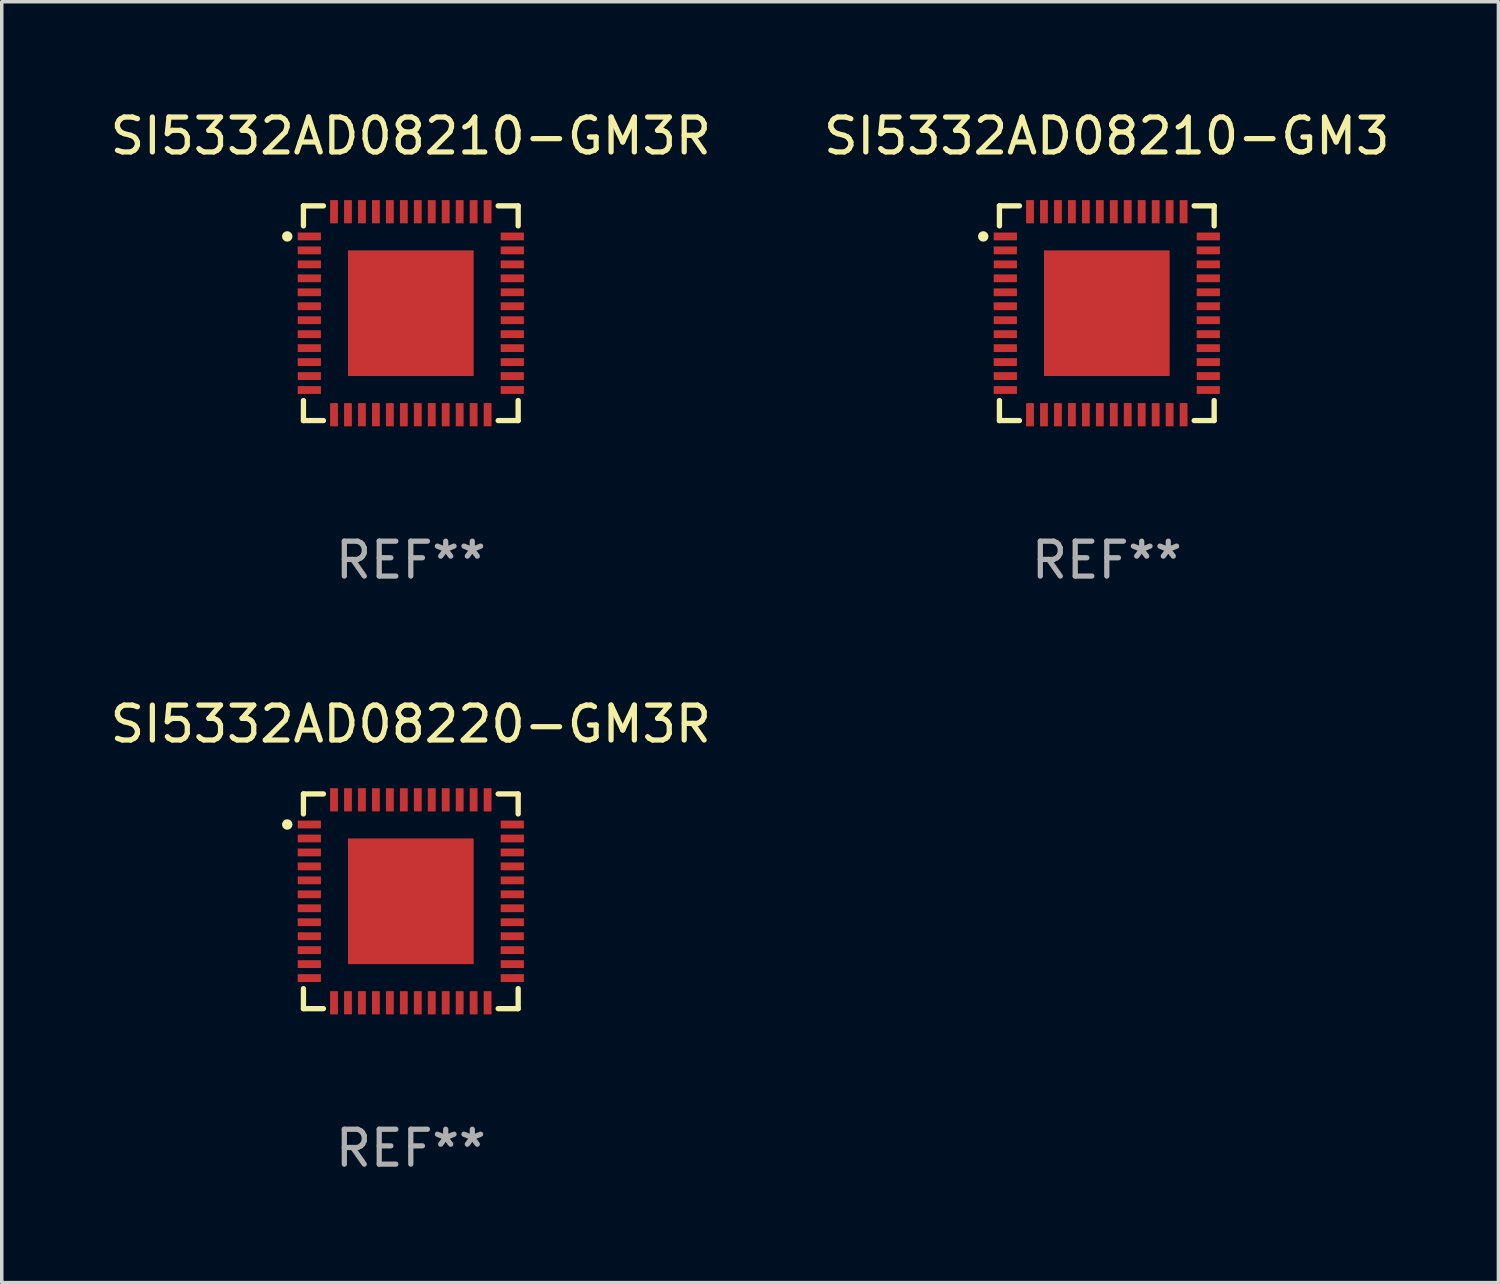
<source format=kicad_pcb>
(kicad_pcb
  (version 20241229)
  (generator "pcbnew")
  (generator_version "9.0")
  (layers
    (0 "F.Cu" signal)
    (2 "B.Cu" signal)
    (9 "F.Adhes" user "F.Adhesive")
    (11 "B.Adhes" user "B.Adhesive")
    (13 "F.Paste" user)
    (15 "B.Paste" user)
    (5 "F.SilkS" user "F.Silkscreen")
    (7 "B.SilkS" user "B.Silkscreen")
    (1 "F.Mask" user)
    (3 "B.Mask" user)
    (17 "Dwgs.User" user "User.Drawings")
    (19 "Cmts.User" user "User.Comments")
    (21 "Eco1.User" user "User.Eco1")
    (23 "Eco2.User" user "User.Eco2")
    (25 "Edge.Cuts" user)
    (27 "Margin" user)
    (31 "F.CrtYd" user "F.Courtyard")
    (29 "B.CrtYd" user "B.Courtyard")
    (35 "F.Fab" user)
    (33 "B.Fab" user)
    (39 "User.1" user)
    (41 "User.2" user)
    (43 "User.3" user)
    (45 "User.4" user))
  (footprint "SI5332AD08210-GM3R"
    (layer "F.Cu")
    (at 8.72 5.924)
    (property "Reference" "SI5332AD08210-GM3R" (at 0 -5.076 0) (layer "F.SilkS") (effects (font (size 1 1) (thickness 0.15))))
    (attr through_hole)
    (fp_line (start -3.076 -3.076) (end -3.076 -2.503) (stroke (width 0.152) (type solid)) (layer "F.SilkS"))
    (fp_line (start -3.076 3.076) (end -3.076 2.503) (stroke (width 0.152) (type solid)) (layer "F.SilkS"))
    (fp_line (start -2.503 -3.076) (end -3.076 -3.076) (stroke (width 0.152) (type solid)) (layer "F.SilkS"))
    (fp_line (start -2.503 3.076) (end -3.076 3.076) (stroke (width 0.152) (type solid)) (layer "F.SilkS"))
    (fp_line (start 2.503 -3.076) (end 3.076 -3.076) (stroke (width 0.152) (type solid)) (layer "F.SilkS"))
    (fp_line (start 2.503 3.076) (end 3.076 3.076) (stroke (width 0.152) (type solid)) (layer "F.SilkS"))
    (fp_line (start 3.076 -3.076) (end 3.076 -2.503) (stroke (width 0.152) (type solid)) (layer "F.SilkS"))
    (fp_line (start 3.076 3.076) (end 3.076 2.503) (stroke (width 0.152) (type solid)) (layer "F.SilkS"))
    (fp_circle (center -3.54 -2.2) (end -3.465 -2.2) (stroke (width 0.15) (type solid)) (fill no) (layer "F.SilkS"))
    (fp_text user "REF**" (at 0 7.076 0) (layer "F.Fab") (effects (font (size 1 1) (thickness 0.15))))
    (pad "1" smd rect (at -2.908 -2.2) (size 0.665 0.224) (layers "F.Cu" "F.Mask" "F.Paste"))
    (pad "2" smd rect (at -2.908 -1.8) (size 0.665 0.224) (layers "F.Cu" "F.Mask" "F.Paste"))
    (pad "3" smd rect (at -2.908 -1.4) (size 0.665 0.224) (layers "F.Cu" "F.Mask" "F.Paste"))
    (pad "4" smd rect (at -2.908 -1) (size 0.665 0.224) (layers "F.Cu" "F.Mask" "F.Paste"))
    (pad "5" smd rect (at -2.908 -0.6) (size 0.665 0.224) (layers "F.Cu" "F.Mask" "F.Paste"))
    (pad "6" smd rect (at -2.908 -0.2) (size 0.665 0.224) (layers "F.Cu" "F.Mask" "F.Paste"))
    (pad "7" smd rect (at -2.908 0.2) (size 0.665 0.224) (layers "F.Cu" "F.Mask" "F.Paste"))
    (pad "8" smd rect (at -2.908 0.6) (size 0.665 0.224) (layers "F.Cu" "F.Mask" "F.Paste"))
    (pad "9" smd rect (at -2.908 1) (size 0.665 0.224) (layers "F.Cu" "F.Mask" "F.Paste"))
    (pad "10" smd rect (at -2.908 1.4) (size 0.665 0.224) (layers "F.Cu" "F.Mask" "F.Paste"))
    (pad "11" smd rect (at -2.908 1.8) (size 0.665 0.224) (layers "F.Cu" "F.Mask" "F.Paste"))
    (pad "12" smd rect (at -2.908 2.2) (size 0.665 0.224) (layers "F.Cu" "F.Mask" "F.Paste"))
    (pad "13" smd rect (at -2.2 2.908) (size 0.224 0.665) (layers "F.Cu" "F.Mask" "F.Paste"))
    (pad "14" smd rect (at -1.8 2.908) (size 0.224 0.665) (layers "F.Cu" "F.Mask" "F.Paste"))
    (pad "15" smd rect (at -1.4 2.908) (size 0.224 0.665) (layers "F.Cu" "F.Mask" "F.Paste"))
    (pad "16" smd rect (at -1 2.908) (size 0.224 0.665) (layers "F.Cu" "F.Mask" "F.Paste"))
    (pad "17" smd rect (at -0.6 2.908) (size 0.224 0.665) (layers "F.Cu" "F.Mask" "F.Paste"))
    (pad "18" smd rect (at -0.2 2.908) (size 0.224 0.665) (layers "F.Cu" "F.Mask" "F.Paste"))
    (pad "19" smd rect (at 0.2 2.908) (size 0.224 0.665) (layers "F.Cu" "F.Mask" "F.Paste"))
    (pad "20" smd rect (at 0.6 2.908) (size 0.224 0.665) (layers "F.Cu" "F.Mask" "F.Paste"))
    (pad "21" smd rect (at 1 2.908) (size 0.224 0.665) (layers "F.Cu" "F.Mask" "F.Paste"))
    (pad "22" smd rect (at 1.4 2.908) (size 0.224 0.665) (layers "F.Cu" "F.Mask" "F.Paste"))
    (pad "23" smd rect (at 1.8 2.908) (size 0.224 0.665) (layers "F.Cu" "F.Mask" "F.Paste"))
    (pad "24" smd rect (at 2.2 2.908) (size 0.224 0.665) (layers "F.Cu" "F.Mask" "F.Paste"))
    (pad "25" smd rect (at 2.908 2.2) (size 0.665 0.224) (layers "F.Cu" "F.Mask" "F.Paste"))
    (pad "26" smd rect (at 2.908 1.8) (size 0.665 0.224) (layers "F.Cu" "F.Mask" "F.Paste"))
    (pad "27" smd rect (at 2.908 1.4) (size 0.665 0.224) (layers "F.Cu" "F.Mask" "F.Paste"))
    (pad "28" smd rect (at 2.908 1) (size 0.665 0.224) (layers "F.Cu" "F.Mask" "F.Paste"))
    (pad "29" smd rect (at 2.908 0.6) (size 0.665 0.224) (layers "F.Cu" "F.Mask" "F.Paste"))
    (pad "30" smd rect (at 2.908 0.2) (size 0.665 0.224) (layers "F.Cu" "F.Mask" "F.Paste"))
    (pad "31" smd rect (at 2.908 -0.2) (size 0.665 0.224) (layers "F.Cu" "F.Mask" "F.Paste"))
    (pad "32" smd rect (at 2.908 -0.6) (size 0.665 0.224) (layers "F.Cu" "F.Mask" "F.Paste"))
    (pad "33" smd rect (at 2.908 -1) (size 0.665 0.224) (layers "F.Cu" "F.Mask" "F.Paste"))
    (pad "34" smd rect (at 2.908 -1.4) (size 0.665 0.224) (layers "F.Cu" "F.Mask" "F.Paste"))
    (pad "35" smd rect (at 2.908 -1.8) (size 0.665 0.224) (layers "F.Cu" "F.Mask" "F.Paste"))
    (pad "36" smd rect (at 2.908 -2.2) (size 0.665 0.224) (layers "F.Cu" "F.Mask" "F.Paste"))
    (pad "37" smd rect (at 2.2 -2.908) (size 0.224 0.665) (layers "F.Cu" "F.Mask" "F.Paste"))
    (pad "38" smd rect (at 1.8 -2.908) (size 0.224 0.665) (layers "F.Cu" "F.Mask" "F.Paste"))
    (pad "39" smd rect (at 1.4 -2.908) (size 0.224 0.665) (layers "F.Cu" "F.Mask" "F.Paste"))
    (pad "40" smd rect (at 1 -2.908) (size 0.224 0.665) (layers "F.Cu" "F.Mask" "F.Paste"))
    (pad "41" smd rect (at 0.6 -2.908) (size 0.224 0.665) (layers "F.Cu" "F.Mask" "F.Paste"))
    (pad "42" smd rect (at 0.2 -2.908) (size 0.224 0.665) (layers "F.Cu" "F.Mask" "F.Paste"))
    (pad "43" smd rect (at -0.2 -2.908) (size 0.224 0.665) (layers "F.Cu" "F.Mask" "F.Paste"))
    (pad "44" smd rect (at -0.6 -2.908) (size 0.224 0.665) (layers "F.Cu" "F.Mask" "F.Paste"))
    (pad "45" smd rect (at -1 -2.908) (size 0.224 0.665) (layers "F.Cu" "F.Mask" "F.Paste"))
    (pad "46" smd rect (at -1.4 -2.908) (size 0.224 0.665) (layers "F.Cu" "F.Mask" "F.Paste"))
    (pad "47" smd rect (at -1.8 -2.908) (size 0.224 0.665) (layers "F.Cu" "F.Mask" "F.Paste"))
    (pad "48" smd rect (at -2.2 -2.908) (size 0.224 0.665) (layers "F.Cu" "F.Mask" "F.Paste"))
    (pad "49" smd rect (at 0 0) (size 3.6 3.6) (layers "F.Cu" "F.Mask" "F.Paste")))
  (footprint "SI5332AD08210-GM3"
    (layer "F.Cu")
    (at 28.661 5.924)
    (property "Reference" "SI5332AD08210-GM3" (at 0 -5.076 0) (layer "F.SilkS") (effects (font (size 1 1) (thickness 0.15))))
    (attr through_hole)
    (fp_line (start -3.076 -3.076) (end -3.076 -2.503) (stroke (width 0.152) (type solid)) (layer "F.SilkS"))
    (fp_line (start -3.076 3.076) (end -3.076 2.503) (stroke (width 0.152) (type solid)) (layer "F.SilkS"))
    (fp_line (start -2.503 -3.076) (end -3.076 -3.076) (stroke (width 0.152) (type solid)) (layer "F.SilkS"))
    (fp_line (start -2.503 3.076) (end -3.076 3.076) (stroke (width 0.152) (type solid)) (layer "F.SilkS"))
    (fp_line (start 2.503 -3.076) (end 3.076 -3.076) (stroke (width 0.152) (type solid)) (layer "F.SilkS"))
    (fp_line (start 2.503 3.076) (end 3.076 3.076) (stroke (width 0.152) (type solid)) (layer "F.SilkS"))
    (fp_line (start 3.076 -3.076) (end 3.076 -2.503) (stroke (width 0.152) (type solid)) (layer "F.SilkS"))
    (fp_line (start 3.076 3.076) (end 3.076 2.503) (stroke (width 0.152) (type solid)) (layer "F.SilkS"))
    (fp_circle (center -3.54 -2.2) (end -3.465 -2.2) (stroke (width 0.15) (type solid)) (fill no) (layer "F.SilkS"))
    (fp_text user "REF**" (at 0 7.076 0) (layer "F.Fab") (effects (font (size 1 1) (thickness 0.15))))
    (pad "1" smd rect (at -2.908 -2.2) (size 0.665 0.224) (layers "F.Cu" "F.Mask" "F.Paste"))
    (pad "2" smd rect (at -2.908 -1.8) (size 0.665 0.224) (layers "F.Cu" "F.Mask" "F.Paste"))
    (pad "3" smd rect (at -2.908 -1.4) (size 0.665 0.224) (layers "F.Cu" "F.Mask" "F.Paste"))
    (pad "4" smd rect (at -2.908 -1) (size 0.665 0.224) (layers "F.Cu" "F.Mask" "F.Paste"))
    (pad "5" smd rect (at -2.908 -0.6) (size 0.665 0.224) (layers "F.Cu" "F.Mask" "F.Paste"))
    (pad "6" smd rect (at -2.908 -0.2) (size 0.665 0.224) (layers "F.Cu" "F.Mask" "F.Paste"))
    (pad "7" smd rect (at -2.908 0.2) (size 0.665 0.224) (layers "F.Cu" "F.Mask" "F.Paste"))
    (pad "8" smd rect (at -2.908 0.6) (size 0.665 0.224) (layers "F.Cu" "F.Mask" "F.Paste"))
    (pad "9" smd rect (at -2.908 1) (size 0.665 0.224) (layers "F.Cu" "F.Mask" "F.Paste"))
    (pad "10" smd rect (at -2.908 1.4) (size 0.665 0.224) (layers "F.Cu" "F.Mask" "F.Paste"))
    (pad "11" smd rect (at -2.908 1.8) (size 0.665 0.224) (layers "F.Cu" "F.Mask" "F.Paste"))
    (pad "12" smd rect (at -2.908 2.2) (size 0.665 0.224) (layers "F.Cu" "F.Mask" "F.Paste"))
    (pad "13" smd rect (at -2.2 2.908) (size 0.224 0.665) (layers "F.Cu" "F.Mask" "F.Paste"))
    (pad "14" smd rect (at -1.8 2.908) (size 0.224 0.665) (layers "F.Cu" "F.Mask" "F.Paste"))
    (pad "15" smd rect (at -1.4 2.908) (size 0.224 0.665) (layers "F.Cu" "F.Mask" "F.Paste"))
    (pad "16" smd rect (at -1 2.908) (size 0.224 0.665) (layers "F.Cu" "F.Mask" "F.Paste"))
    (pad "17" smd rect (at -0.6 2.908) (size 0.224 0.665) (layers "F.Cu" "F.Mask" "F.Paste"))
    (pad "18" smd rect (at -0.2 2.908) (size 0.224 0.665) (layers "F.Cu" "F.Mask" "F.Paste"))
    (pad "19" smd rect (at 0.2 2.908) (size 0.224 0.665) (layers "F.Cu" "F.Mask" "F.Paste"))
    (pad "20" smd rect (at 0.6 2.908) (size 0.224 0.665) (layers "F.Cu" "F.Mask" "F.Paste"))
    (pad "21" smd rect (at 1 2.908) (size 0.224 0.665) (layers "F.Cu" "F.Mask" "F.Paste"))
    (pad "22" smd rect (at 1.4 2.908) (size 0.224 0.665) (layers "F.Cu" "F.Mask" "F.Paste"))
    (pad "23" smd rect (at 1.8 2.908) (size 0.224 0.665) (layers "F.Cu" "F.Mask" "F.Paste"))
    (pad "24" smd rect (at 2.2 2.908) (size 0.224 0.665) (layers "F.Cu" "F.Mask" "F.Paste"))
    (pad "25" smd rect (at 2.908 2.2) (size 0.665 0.224) (layers "F.Cu" "F.Mask" "F.Paste"))
    (pad "26" smd rect (at 2.908 1.8) (size 0.665 0.224) (layers "F.Cu" "F.Mask" "F.Paste"))
    (pad "27" smd rect (at 2.908 1.4) (size 0.665 0.224) (layers "F.Cu" "F.Mask" "F.Paste"))
    (pad "28" smd rect (at 2.908 1) (size 0.665 0.224) (layers "F.Cu" "F.Mask" "F.Paste"))
    (pad "29" smd rect (at 2.908 0.6) (size 0.665 0.224) (layers "F.Cu" "F.Mask" "F.Paste"))
    (pad "30" smd rect (at 2.908 0.2) (size 0.665 0.224) (layers "F.Cu" "F.Mask" "F.Paste"))
    (pad "31" smd rect (at 2.908 -0.2) (size 0.665 0.224) (layers "F.Cu" "F.Mask" "F.Paste"))
    (pad "32" smd rect (at 2.908 -0.6) (size 0.665 0.224) (layers "F.Cu" "F.Mask" "F.Paste"))
    (pad "33" smd rect (at 2.908 -1) (size 0.665 0.224) (layers "F.Cu" "F.Mask" "F.Paste"))
    (pad "34" smd rect (at 2.908 -1.4) (size 0.665 0.224) (layers "F.Cu" "F.Mask" "F.Paste"))
    (pad "35" smd rect (at 2.908 -1.8) (size 0.665 0.224) (layers "F.Cu" "F.Mask" "F.Paste"))
    (pad "36" smd rect (at 2.908 -2.2) (size 0.665 0.224) (layers "F.Cu" "F.Mask" "F.Paste"))
    (pad "37" smd rect (at 2.2 -2.908) (size 0.224 0.665) (layers "F.Cu" "F.Mask" "F.Paste"))
    (pad "38" smd rect (at 1.8 -2.908) (size 0.224 0.665) (layers "F.Cu" "F.Mask" "F.Paste"))
    (pad "39" smd rect (at 1.4 -2.908) (size 0.224 0.665) (layers "F.Cu" "F.Mask" "F.Paste"))
    (pad "40" smd rect (at 1 -2.908) (size 0.224 0.665) (layers "F.Cu" "F.Mask" "F.Paste"))
    (pad "41" smd rect (at 0.6 -2.908) (size 0.224 0.665) (layers "F.Cu" "F.Mask" "F.Paste"))
    (pad "42" smd rect (at 0.2 -2.908) (size 0.224 0.665) (layers "F.Cu" "F.Mask" "F.Paste"))
    (pad "43" smd rect (at -0.2 -2.908) (size 0.224 0.665) (layers "F.Cu" "F.Mask" "F.Paste"))
    (pad "44" smd rect (at -0.6 -2.908) (size 0.224 0.665) (layers "F.Cu" "F.Mask" "F.Paste"))
    (pad "45" smd rect (at -1 -2.908) (size 0.224 0.665) (layers "F.Cu" "F.Mask" "F.Paste"))
    (pad "46" smd rect (at -1.4 -2.908) (size 0.224 0.665) (layers "F.Cu" "F.Mask" "F.Paste"))
    (pad "47" smd rect (at -1.8 -2.908) (size 0.224 0.665) (layers "F.Cu" "F.Mask" "F.Paste"))
    (pad "48" smd rect (at -2.2 -2.908) (size 0.224 0.665) (layers "F.Cu" "F.Mask" "F.Paste"))
    (pad "49" smd rect (at 0 0) (size 3.6 3.6) (layers "F.Cu" "F.Mask" "F.Paste")))
  (footprint "SI5332AD08220-GM3R"
    (layer "F.Cu")
    (at 8.72 22.773)
    (property "Reference" "SI5332AD08220-GM3R" (at 0 -5.076 0) (layer "F.SilkS") (effects (font (size 1 1) (thickness 0.15))))
    (attr through_hole)
    (fp_line (start -3.076 -3.076) (end -3.076 -2.503) (stroke (width 0.152) (type solid)) (layer "F.SilkS"))
    (fp_line (start -3.076 3.076) (end -3.076 2.503) (stroke (width 0.152) (type solid)) (layer "F.SilkS"))
    (fp_line (start -2.503 -3.076) (end -3.076 -3.076) (stroke (width 0.152) (type solid)) (layer "F.SilkS"))
    (fp_line (start -2.503 3.076) (end -3.076 3.076) (stroke (width 0.152) (type solid)) (layer "F.SilkS"))
    (fp_line (start 2.503 -3.076) (end 3.076 -3.076) (stroke (width 0.152) (type solid)) (layer "F.SilkS"))
    (fp_line (start 2.503 3.076) (end 3.076 3.076) (stroke (width 0.152) (type solid)) (layer "F.SilkS"))
    (fp_line (start 3.076 -3.076) (end 3.076 -2.503) (stroke (width 0.152) (type solid)) (layer "F.SilkS"))
    (fp_line (start 3.076 3.076) (end 3.076 2.503) (stroke (width 0.152) (type solid)) (layer "F.SilkS"))
    (fp_circle (center -3.54 -2.2) (end -3.465 -2.2) (stroke (width 0.15) (type solid)) (fill no) (layer "F.SilkS"))
    (fp_text user "REF**" (at 0 7.076 0) (layer "F.Fab") (effects (font (size 1 1) (thickness 0.15))))
    (pad "1" smd rect (at -2.908 -2.2) (size 0.665 0.224) (layers "F.Cu" "F.Mask" "F.Paste"))
    (pad "2" smd rect (at -2.908 -1.8) (size 0.665 0.224) (layers "F.Cu" "F.Mask" "F.Paste"))
    (pad "3" smd rect (at -2.908 -1.4) (size 0.665 0.224) (layers "F.Cu" "F.Mask" "F.Paste"))
    (pad "4" smd rect (at -2.908 -1) (size 0.665 0.224) (layers "F.Cu" "F.Mask" "F.Paste"))
    (pad "5" smd rect (at -2.908 -0.6) (size 0.665 0.224) (layers "F.Cu" "F.Mask" "F.Paste"))
    (pad "6" smd rect (at -2.908 -0.2) (size 0.665 0.224) (layers "F.Cu" "F.Mask" "F.Paste"))
    (pad "7" smd rect (at -2.908 0.2) (size 0.665 0.224) (layers "F.Cu" "F.Mask" "F.Paste"))
    (pad "8" smd rect (at -2.908 0.6) (size 0.665 0.224) (layers "F.Cu" "F.Mask" "F.Paste"))
    (pad "9" smd rect (at -2.908 1) (size 0.665 0.224) (layers "F.Cu" "F.Mask" "F.Paste"))
    (pad "10" smd rect (at -2.908 1.4) (size 0.665 0.224) (layers "F.Cu" "F.Mask" "F.Paste"))
    (pad "11" smd rect (at -2.908 1.8) (size 0.665 0.224) (layers "F.Cu" "F.Mask" "F.Paste"))
    (pad "12" smd rect (at -2.908 2.2) (size 0.665 0.224) (layers "F.Cu" "F.Mask" "F.Paste"))
    (pad "13" smd rect (at -2.2 2.908) (size 0.224 0.665) (layers "F.Cu" "F.Mask" "F.Paste"))
    (pad "14" smd rect (at -1.8 2.908) (size 0.224 0.665) (layers "F.Cu" "F.Mask" "F.Paste"))
    (pad "15" smd rect (at -1.4 2.908) (size 0.224 0.665) (layers "F.Cu" "F.Mask" "F.Paste"))
    (pad "16" smd rect (at -1 2.908) (size 0.224 0.665) (layers "F.Cu" "F.Mask" "F.Paste"))
    (pad "17" smd rect (at -0.6 2.908) (size 0.224 0.665) (layers "F.Cu" "F.Mask" "F.Paste"))
    (pad "18" smd rect (at -0.2 2.908) (size 0.224 0.665) (layers "F.Cu" "F.Mask" "F.Paste"))
    (pad "19" smd rect (at 0.2 2.908) (size 0.224 0.665) (layers "F.Cu" "F.Mask" "F.Paste"))
    (pad "20" smd rect (at 0.6 2.908) (size 0.224 0.665) (layers "F.Cu" "F.Mask" "F.Paste"))
    (pad "21" smd rect (at 1 2.908) (size 0.224 0.665) (layers "F.Cu" "F.Mask" "F.Paste"))
    (pad "22" smd rect (at 1.4 2.908) (size 0.224 0.665) (layers "F.Cu" "F.Mask" "F.Paste"))
    (pad "23" smd rect (at 1.8 2.908) (size 0.224 0.665) (layers "F.Cu" "F.Mask" "F.Paste"))
    (pad "24" smd rect (at 2.2 2.908) (size 0.224 0.665) (layers "F.Cu" "F.Mask" "F.Paste"))
    (pad "25" smd rect (at 2.908 2.2) (size 0.665 0.224) (layers "F.Cu" "F.Mask" "F.Paste"))
    (pad "26" smd rect (at 2.908 1.8) (size 0.665 0.224) (layers "F.Cu" "F.Mask" "F.Paste"))
    (pad "27" smd rect (at 2.908 1.4) (size 0.665 0.224) (layers "F.Cu" "F.Mask" "F.Paste"))
    (pad "28" smd rect (at 2.908 1) (size 0.665 0.224) (layers "F.Cu" "F.Mask" "F.Paste"))
    (pad "29" smd rect (at 2.908 0.6) (size 0.665 0.224) (layers "F.Cu" "F.Mask" "F.Paste"))
    (pad "30" smd rect (at 2.908 0.2) (size 0.665 0.224) (layers "F.Cu" "F.Mask" "F.Paste"))
    (pad "31" smd rect (at 2.908 -0.2) (size 0.665 0.224) (layers "F.Cu" "F.Mask" "F.Paste"))
    (pad "32" smd rect (at 2.908 -0.6) (size 0.665 0.224) (layers "F.Cu" "F.Mask" "F.Paste"))
    (pad "33" smd rect (at 2.908 -1) (size 0.665 0.224) (layers "F.Cu" "F.Mask" "F.Paste"))
    (pad "34" smd rect (at 2.908 -1.4) (size 0.665 0.224) (layers "F.Cu" "F.Mask" "F.Paste"))
    (pad "35" smd rect (at 2.908 -1.8) (size 0.665 0.224) (layers "F.Cu" "F.Mask" "F.Paste"))
    (pad "36" smd rect (at 2.908 -2.2) (size 0.665 0.224) (layers "F.Cu" "F.Mask" "F.Paste"))
    (pad "37" smd rect (at 2.2 -2.908) (size 0.224 0.665) (layers "F.Cu" "F.Mask" "F.Paste"))
    (pad "38" smd rect (at 1.8 -2.908) (size 0.224 0.665) (layers "F.Cu" "F.Mask" "F.Paste"))
    (pad "39" smd rect (at 1.4 -2.908) (size 0.224 0.665) (layers "F.Cu" "F.Mask" "F.Paste"))
    (pad "40" smd rect (at 1 -2.908) (size 0.224 0.665) (layers "F.Cu" "F.Mask" "F.Paste"))
    (pad "41" smd rect (at 0.6 -2.908) (size 0.224 0.665) (layers "F.Cu" "F.Mask" "F.Paste"))
    (pad "42" smd rect (at 0.2 -2.908) (size 0.224 0.665) (layers "F.Cu" "F.Mask" "F.Paste"))
    (pad "43" smd rect (at -0.2 -2.908) (size 0.224 0.665) (layers "F.Cu" "F.Mask" "F.Paste"))
    (pad "44" smd rect (at -0.6 -2.908) (size 0.224 0.665) (layers "F.Cu" "F.Mask" "F.Paste"))
    (pad "45" smd rect (at -1 -2.908) (size 0.224 0.665) (layers "F.Cu" "F.Mask" "F.Paste"))
    (pad "46" smd rect (at -1.4 -2.908) (size 0.224 0.665) (layers "F.Cu" "F.Mask" "F.Paste"))
    (pad "47" smd rect (at -1.8 -2.908) (size 0.224 0.665) (layers "F.Cu" "F.Mask" "F.Paste"))
    (pad "48" smd rect (at -2.2 -2.908) (size 0.224 0.665) (layers "F.Cu" "F.Mask" "F.Paste"))
    (pad "49" smd rect (at 0 0) (size 3.6 3.6) (layers "F.Cu" "F.Mask" "F.Paste")))
  (gr_rect
    (start -3 -3)
    (end 39.881 33.698)
    (stroke (width 0.1) (type default))
    (fill no)
    (layer "Edge.Cuts")))
</source>
